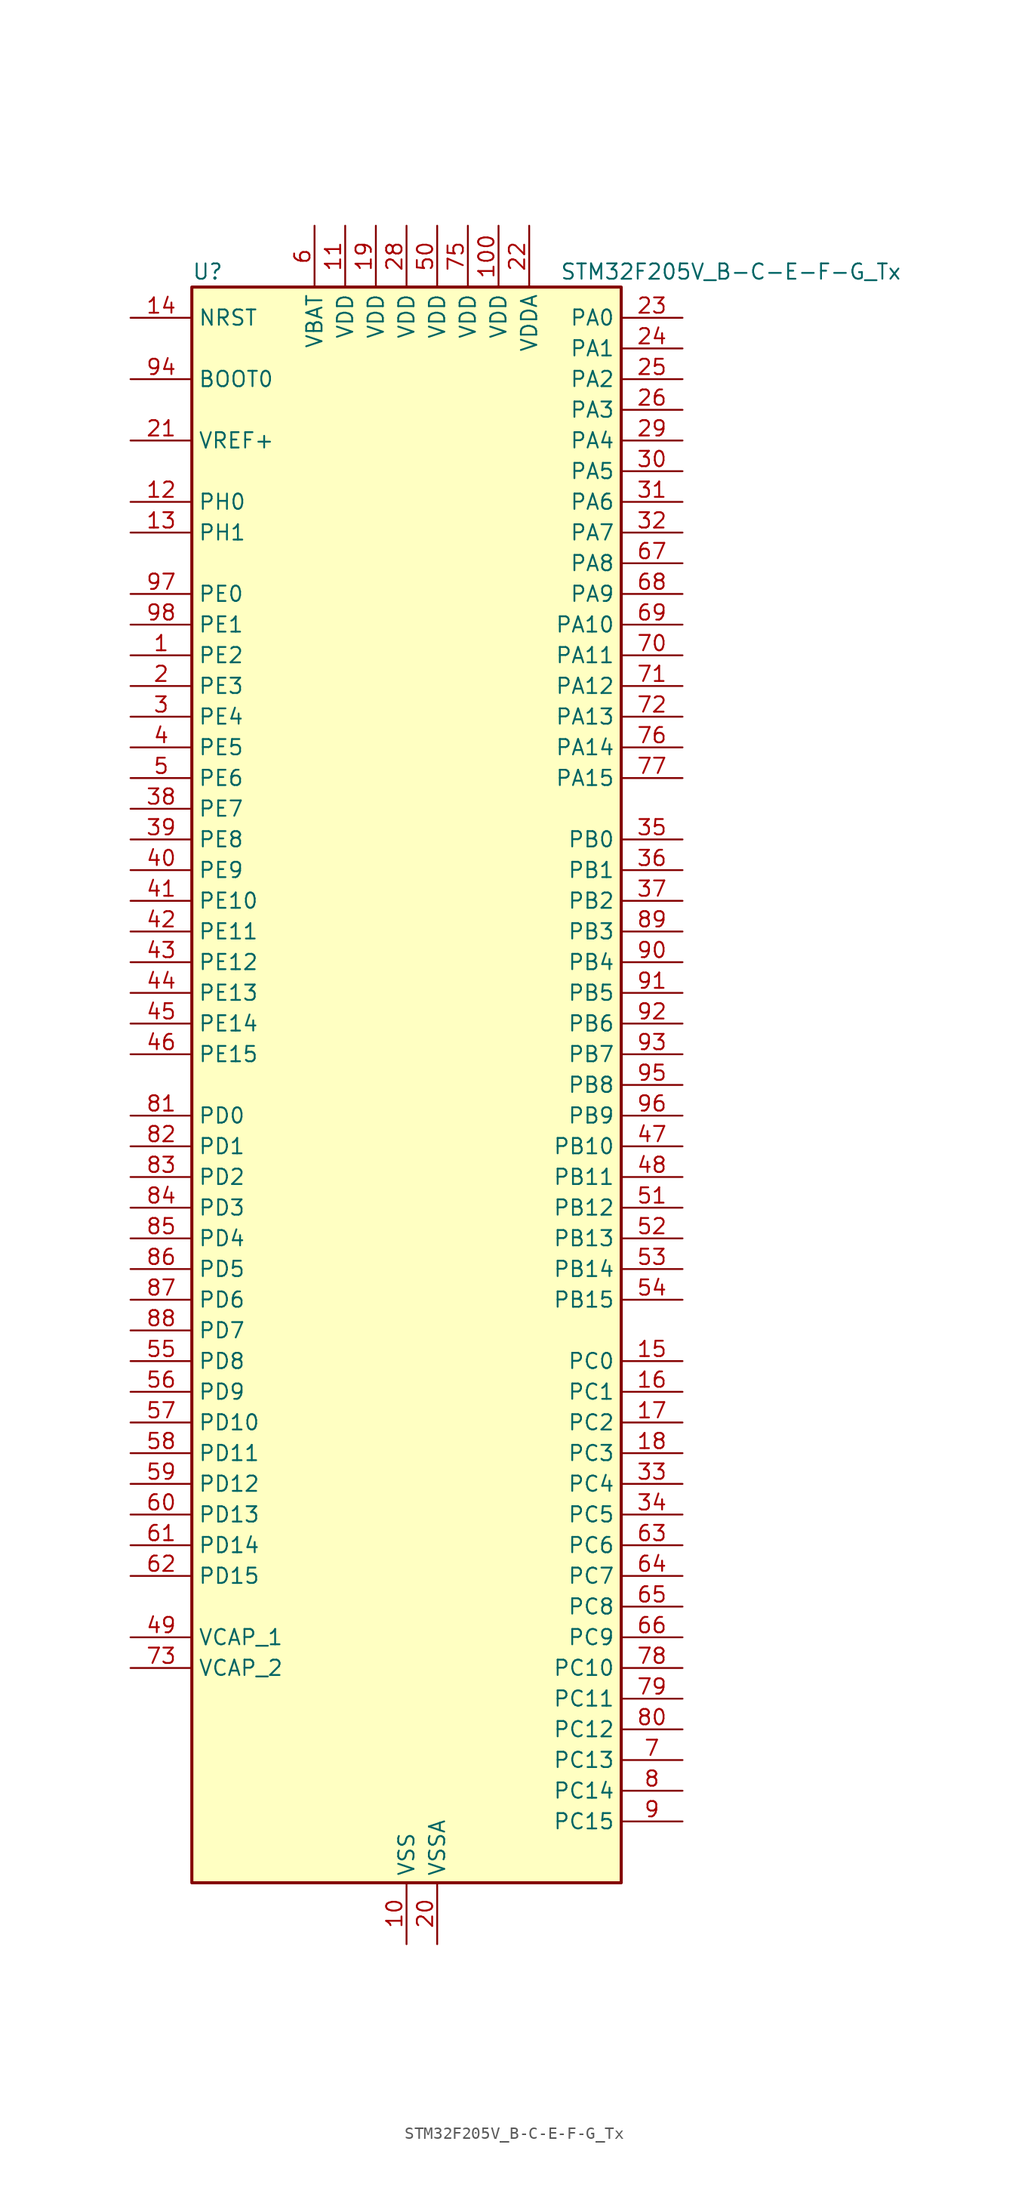
<source format=kicad_sym>
(kicad_symbol_lib
  (version 20231120)
  (generator "kicad_symbol_editor")
  (generator_version "8.0")
  (symbol "STM32F205V_B-C-E-F-G_Tx"
    (property "Reference" "U"
      (at -17.78 67.31 0)
      (effects (font (size 1.27 1.27)) (justify left)))
    (property "Value" "STM32F205V_B-C-E-F-G_Tx"
      (at 12.7 67.31 0)
      (effects (font (size 1.27 1.27)) (justify left)))
    (property "ki_locked" ""
      (at 0 0 0)
      (effects (font (size 1.27 1.27))))
    (symbol "STM32F205V_B-C-E-F-G_Tx_0_1"
      (rectangle (start -17.78 -66.04) (end 17.78 66.04) (stroke (width 0.254) (type default)) (fill (type background))))
    (symbol "STM32F205V_B-C-E-F-G_Tx_1_1"
      (pin bidirectional line (at -22.86 35.56 0) (length 5.08) (name "PE2" (effects (font (size 1.27 1.27)))) (number "1" (effects (font (size 1.27 1.27)))) (alternate "FSMC_A23" bidirectional line) (alternate "SYS_TRACECLK" bidirectional line))
      (pin power_in line (at 0 -71.12 90) (length 5.08) (name "VSS" (effects (font (size 1.27 1.27)))) (number "10" (effects (font (size 1.27 1.27)))))
      (pin power_in line (at 7.62 71.12 270) (length 5.08) (name "VDD" (effects (font (size 1.27 1.27)))) (number "100" (effects (font (size 1.27 1.27)))))
      (pin power_in line (at -5.08 71.12 270) (length 5.08) (name "VDD" (effects (font (size 1.27 1.27)))) (number "11" (effects (font (size 1.27 1.27)))))
      (pin bidirectional line (at -22.86 48.26 0) (length 5.08) (name "PH0" (effects (font (size 1.27 1.27)))) (number "12" (effects (font (size 1.27 1.27)))) (alternate "RCC_OSC_IN" bidirectional line))
      (pin bidirectional line (at -22.86 45.72 0) (length 5.08) (name "PH1" (effects (font (size 1.27 1.27)))) (number "13" (effects (font (size 1.27 1.27)))) (alternate "RCC_OSC_OUT" bidirectional line))
      (pin input line (at -22.86 63.5 0) (length 5.08) (name "NRST" (effects (font (size 1.27 1.27)))) (number "14" (effects (font (size 1.27 1.27)))))
      (pin bidirectional line (at 22.86 -22.86 180) (length 5.08) (name "PC0" (effects (font (size 1.27 1.27)))) (number "15" (effects (font (size 1.27 1.27)))) (alternate "ADC1_IN10" bidirectional line) (alternate "ADC2_IN10" bidirectional line) (alternate "ADC3_IN10" bidirectional line) (alternate "USB_OTG_HS_ULPI_STP" bidirectional line))
      (pin bidirectional line (at 22.86 -25.4 180) (length 5.08) (name "PC1" (effects (font (size 1.27 1.27)))) (number "16" (effects (font (size 1.27 1.27)))) (alternate "ADC1_IN11" bidirectional line) (alternate "ADC2_IN11" bidirectional line) (alternate "ADC3_IN11" bidirectional line))
      (pin bidirectional line (at 22.86 -27.94 180) (length 5.08) (name "PC2" (effects (font (size 1.27 1.27)))) (number "17" (effects (font (size 1.27 1.27)))) (alternate "ADC1_IN12" bidirectional line) (alternate "ADC2_IN12" bidirectional line) (alternate "ADC3_IN12" bidirectional line) (alternate "SPI2_MISO" bidirectional line) (alternate "USB_OTG_HS_ULPI_DIR" bidirectional line))
      (pin bidirectional line (at 22.86 -30.48 180) (length 5.08) (name "PC3" (effects (font (size 1.27 1.27)))) (number "18" (effects (font (size 1.27 1.27)))) (alternate "ADC1_IN13" bidirectional line) (alternate "ADC2_IN13" bidirectional line) (alternate "ADC3_IN13" bidirectional line) (alternate "I2S2_SD" bidirectional line) (alternate "SPI2_MOSI" bidirectional line) (alternate "USB_OTG_HS_ULPI_NXT" bidirectional line))
      (pin power_in line (at -2.54 71.12 270) (length 5.08) (name "VDD" (effects (font (size 1.27 1.27)))) (number "19" (effects (font (size 1.27 1.27)))))
      (pin bidirectional line (at -22.86 33.02 0) (length 5.08) (name "PE3" (effects (font (size 1.27 1.27)))) (number "2" (effects (font (size 1.27 1.27)))) (alternate "FSMC_A19" bidirectional line) (alternate "SYS_TRACED0" bidirectional line))
      (pin power_in line (at 2.54 -71.12 90) (length 5.08) (name "VSSA" (effects (font (size 1.27 1.27)))) (number "20" (effects (font (size 1.27 1.27)))))
      (pin input line (at -22.86 53.34 0) (length 5.08) (name "VREF+" (effects (font (size 1.27 1.27)))) (number "21" (effects (font (size 1.27 1.27)))))
      (pin power_in line (at 10.16 71.12 270) (length 5.08) (name "VDDA" (effects (font (size 1.27 1.27)))) (number "22" (effects (font (size 1.27 1.27)))))
      (pin bidirectional line (at 22.86 63.5 180) (length 5.08) (name "PA0" (effects (font (size 1.27 1.27)))) (number "23" (effects (font (size 1.27 1.27)))) (alternate "ADC1_IN0" bidirectional line) (alternate "ADC2_IN0" bidirectional line) (alternate "ADC3_IN0" bidirectional line) (alternate "SYS_WKUP" bidirectional line) (alternate "TIM2_CH1" bidirectional line) (alternate "TIM2_ETR" bidirectional line) (alternate "TIM5_CH1" bidirectional line) (alternate "TIM8_ETR" bidirectional line) (alternate "UART4_TX" bidirectional line) (alternate "USART2_CTS" bidirectional line))
      (pin bidirectional line (at 22.86 60.96 180) (length 5.08) (name "PA1" (effects (font (size 1.27 1.27)))) (number "24" (effects (font (size 1.27 1.27)))) (alternate "ADC1_IN1" bidirectional line) (alternate "ADC2_IN1" bidirectional line) (alternate "ADC3_IN1" bidirectional line) (alternate "TIM2_CH2" bidirectional line) (alternate "TIM5_CH2" bidirectional line) (alternate "UART4_RX" bidirectional line) (alternate "USART2_RTS" bidirectional line))
      (pin bidirectional line (at 22.86 58.42 180) (length 5.08) (name "PA2" (effects (font (size 1.27 1.27)))) (number "25" (effects (font (size 1.27 1.27)))) (alternate "ADC1_IN2" bidirectional line) (alternate "ADC2_IN2" bidirectional line) (alternate "ADC3_IN2" bidirectional line) (alternate "TIM2_CH3" bidirectional line) (alternate "TIM5_CH3" bidirectional line) (alternate "TIM9_CH1" bidirectional line) (alternate "USART2_TX" bidirectional line))
      (pin bidirectional line (at 22.86 55.88 180) (length 5.08) (name "PA3" (effects (font (size 1.27 1.27)))) (number "26" (effects (font (size 1.27 1.27)))) (alternate "ADC1_IN3" bidirectional line) (alternate "ADC2_IN3" bidirectional line) (alternate "ADC3_IN3" bidirectional line) (alternate "TIM2_CH4" bidirectional line) (alternate "TIM5_CH4" bidirectional line) (alternate "TIM9_CH2" bidirectional line) (alternate "USART2_RX" bidirectional line) (alternate "USB_OTG_HS_ULPI_D0" bidirectional line))
      (pin passive line (at 0 -71.12 90) (length 5.08) hide (name "VSS" (effects (font (size 1.27 1.27)))) (number "27" (effects (font (size 1.27 1.27)))))
      (pin power_in line (at 0 71.12 270) (length 5.08) (name "VDD" (effects (font (size 1.27 1.27)))) (number "28" (effects (font (size 1.27 1.27)))))
      (pin bidirectional line (at 22.86 53.34 180) (length 5.08) (name "PA4" (effects (font (size 1.27 1.27)))) (number "29" (effects (font (size 1.27 1.27)))) (alternate "ADC1_IN4" bidirectional line) (alternate "ADC2_IN4" bidirectional line) (alternate "DAC_OUT1" bidirectional line) (alternate "I2S3_WS" bidirectional line) (alternate "SPI1_NSS" bidirectional line) (alternate "SPI3_NSS" bidirectional line) (alternate "USART2_CK" bidirectional line) (alternate "USB_OTG_HS_SOF" bidirectional line))
      (pin bidirectional line (at -22.86 30.48 0) (length 5.08) (name "PE4" (effects (font (size 1.27 1.27)))) (number "3" (effects (font (size 1.27 1.27)))) (alternate "FSMC_A20" bidirectional line) (alternate "SYS_TRACED1" bidirectional line))
      (pin bidirectional line (at 22.86 50.8 180) (length 5.08) (name "PA5" (effects (font (size 1.27 1.27)))) (number "30" (effects (font (size 1.27 1.27)))) (alternate "ADC1_IN5" bidirectional line) (alternate "ADC2_IN5" bidirectional line) (alternate "DAC_OUT2" bidirectional line) (alternate "SPI1_SCK" bidirectional line) (alternate "TIM2_CH1" bidirectional line) (alternate "TIM2_ETR" bidirectional line) (alternate "TIM8_CH1N" bidirectional line) (alternate "USB_OTG_HS_ULPI_CK" bidirectional line))
      (pin bidirectional line (at 22.86 48.26 180) (length 5.08) (name "PA6" (effects (font (size 1.27 1.27)))) (number "31" (effects (font (size 1.27 1.27)))) (alternate "ADC1_IN6" bidirectional line) (alternate "ADC2_IN6" bidirectional line) (alternate "SPI1_MISO" bidirectional line) (alternate "TIM13_CH1" bidirectional line) (alternate "TIM1_BKIN" bidirectional line) (alternate "TIM3_CH1" bidirectional line) (alternate "TIM8_BKIN" bidirectional line))
      (pin bidirectional line (at 22.86 45.72 180) (length 5.08) (name "PA7" (effects (font (size 1.27 1.27)))) (number "32" (effects (font (size 1.27 1.27)))) (alternate "ADC1_IN7" bidirectional line) (alternate "ADC2_IN7" bidirectional line) (alternate "SPI1_MOSI" bidirectional line) (alternate "TIM14_CH1" bidirectional line) (alternate "TIM1_CH1N" bidirectional line) (alternate "TIM3_CH2" bidirectional line) (alternate "TIM8_CH1N" bidirectional line))
      (pin bidirectional line (at 22.86 -33.02 180) (length 5.08) (name "PC4" (effects (font (size 1.27 1.27)))) (number "33" (effects (font (size 1.27 1.27)))) (alternate "ADC1_IN14" bidirectional line) (alternate "ADC2_IN14" bidirectional line))
      (pin bidirectional line (at 22.86 -35.56 180) (length 5.08) (name "PC5" (effects (font (size 1.27 1.27)))) (number "34" (effects (font (size 1.27 1.27)))) (alternate "ADC1_IN15" bidirectional line) (alternate "ADC2_IN15" bidirectional line))
      (pin bidirectional line (at 22.86 20.32 180) (length 5.08) (name "PB0" (effects (font (size 1.27 1.27)))) (number "35" (effects (font (size 1.27 1.27)))) (alternate "ADC1_IN8" bidirectional line) (alternate "ADC2_IN8" bidirectional line) (alternate "TIM1_CH2N" bidirectional line) (alternate "TIM3_CH3" bidirectional line) (alternate "TIM8_CH2N" bidirectional line) (alternate "USB_OTG_HS_ULPI_D1" bidirectional line))
      (pin bidirectional line (at 22.86 17.78 180) (length 5.08) (name "PB1" (effects (font (size 1.27 1.27)))) (number "36" (effects (font (size 1.27 1.27)))) (alternate "ADC1_IN9" bidirectional line) (alternate "ADC2_IN9" bidirectional line) (alternate "TIM1_CH3N" bidirectional line) (alternate "TIM3_CH4" bidirectional line) (alternate "TIM8_CH3N" bidirectional line) (alternate "USB_OTG_HS_ULPI_D2" bidirectional line))
      (pin bidirectional line (at 22.86 15.24 180) (length 5.08) (name "PB2" (effects (font (size 1.27 1.27)))) (number "37" (effects (font (size 1.27 1.27)))))
      (pin bidirectional line (at -22.86 22.86 0) (length 5.08) (name "PE7" (effects (font (size 1.27 1.27)))) (number "38" (effects (font (size 1.27 1.27)))) (alternate "FSMC_D4" bidirectional line) (alternate "FSMC_DA4" bidirectional line) (alternate "TIM1_ETR" bidirectional line))
      (pin bidirectional line (at -22.86 20.32 0) (length 5.08) (name "PE8" (effects (font (size 1.27 1.27)))) (number "39" (effects (font (size 1.27 1.27)))) (alternate "FSMC_D5" bidirectional line) (alternate "FSMC_DA5" bidirectional line) (alternate "TIM1_CH1N" bidirectional line))
      (pin bidirectional line (at -22.86 27.94 0) (length 5.08) (name "PE5" (effects (font (size 1.27 1.27)))) (number "4" (effects (font (size 1.27 1.27)))) (alternate "FSMC_A21" bidirectional line) (alternate "SYS_TRACED2" bidirectional line) (alternate "TIM9_CH1" bidirectional line))
      (pin bidirectional line (at -22.86 17.78 0) (length 5.08) (name "PE9" (effects (font (size 1.27 1.27)))) (number "40" (effects (font (size 1.27 1.27)))) (alternate "DAC_EXTI9" bidirectional line) (alternate "FSMC_D6" bidirectional line) (alternate "FSMC_DA6" bidirectional line) (alternate "TIM1_CH1" bidirectional line))
      (pin bidirectional line (at -22.86 15.24 0) (length 5.08) (name "PE10" (effects (font (size 1.27 1.27)))) (number "41" (effects (font (size 1.27 1.27)))) (alternate "FSMC_D7" bidirectional line) (alternate "FSMC_DA7" bidirectional line) (alternate "TIM1_CH2N" bidirectional line))
      (pin bidirectional line (at -22.86 12.7 0) (length 5.08) (name "PE11" (effects (font (size 1.27 1.27)))) (number "42" (effects (font (size 1.27 1.27)))) (alternate "ADC1_EXTI11" bidirectional line) (alternate "ADC2_EXTI11" bidirectional line) (alternate "ADC3_EXTI11" bidirectional line) (alternate "FSMC_D8" bidirectional line) (alternate "FSMC_DA8" bidirectional line) (alternate "TIM1_CH2" bidirectional line))
      (pin bidirectional line (at -22.86 10.16 0) (length 5.08) (name "PE12" (effects (font (size 1.27 1.27)))) (number "43" (effects (font (size 1.27 1.27)))) (alternate "FSMC_D9" bidirectional line) (alternate "FSMC_DA9" bidirectional line) (alternate "TIM1_CH3N" bidirectional line))
      (pin bidirectional line (at -22.86 7.62 0) (length 5.08) (name "PE13" (effects (font (size 1.27 1.27)))) (number "44" (effects (font (size 1.27 1.27)))) (alternate "FSMC_D10" bidirectional line) (alternate "FSMC_DA10" bidirectional line) (alternate "TIM1_CH3" bidirectional line))
      (pin bidirectional line (at -22.86 5.08 0) (length 5.08) (name "PE14" (effects (font (size 1.27 1.27)))) (number "45" (effects (font (size 1.27 1.27)))) (alternate "FSMC_D11" bidirectional line) (alternate "FSMC_DA11" bidirectional line) (alternate "TIM1_CH4" bidirectional line))
      (pin bidirectional line (at -22.86 2.54 0) (length 5.08) (name "PE15" (effects (font (size 1.27 1.27)))) (number "46" (effects (font (size 1.27 1.27)))) (alternate "ADC1_EXTI15" bidirectional line) (alternate "ADC2_EXTI15" bidirectional line) (alternate "ADC3_EXTI15" bidirectional line) (alternate "FSMC_D12" bidirectional line) (alternate "FSMC_DA12" bidirectional line) (alternate "TIM1_BKIN" bidirectional line))
      (pin bidirectional line (at 22.86 -5.08 180) (length 5.08) (name "PB10" (effects (font (size 1.27 1.27)))) (number "47" (effects (font (size 1.27 1.27)))) (alternate "I2C2_SCL" bidirectional line) (alternate "I2S2_SCK" bidirectional line) (alternate "SPI2_SCK" bidirectional line) (alternate "TIM2_CH3" bidirectional line) (alternate "USART3_TX" bidirectional line) (alternate "USB_OTG_HS_ULPI_D3" bidirectional line))
      (pin bidirectional line (at 22.86 -7.62 180) (length 5.08) (name "PB11" (effects (font (size 1.27 1.27)))) (number "48" (effects (font (size 1.27 1.27)))) (alternate "ADC1_EXTI11" bidirectional line) (alternate "ADC2_EXTI11" bidirectional line) (alternate "ADC3_EXTI11" bidirectional line) (alternate "I2C2_SDA" bidirectional line) (alternate "TIM2_CH4" bidirectional line) (alternate "USART3_RX" bidirectional line) (alternate "USB_OTG_HS_ULPI_D4" bidirectional line))
      (pin power_out line (at -22.86 -45.72 0) (length 5.08) (name "VCAP_1" (effects (font (size 1.27 1.27)))) (number "49" (effects (font (size 1.27 1.27)))))
      (pin bidirectional line (at -22.86 25.4 0) (length 5.08) (name "PE6" (effects (font (size 1.27 1.27)))) (number "5" (effects (font (size 1.27 1.27)))) (alternate "FSMC_A22" bidirectional line) (alternate "SYS_TRACED3" bidirectional line) (alternate "TIM9_CH2" bidirectional line))
      (pin power_in line (at 2.54 71.12 270) (length 5.08) (name "VDD" (effects (font (size 1.27 1.27)))) (number "50" (effects (font (size 1.27 1.27)))))
      (pin bidirectional line (at 22.86 -10.16 180) (length 5.08) (name "PB12" (effects (font (size 1.27 1.27)))) (number "51" (effects (font (size 1.27 1.27)))) (alternate "CAN2_RX" bidirectional line) (alternate "I2C2_SMBA" bidirectional line) (alternate "I2S2_WS" bidirectional line) (alternate "SPI2_NSS" bidirectional line) (alternate "TIM1_BKIN" bidirectional line) (alternate "USART3_CK" bidirectional line) (alternate "USB_OTG_HS_ID" bidirectional line) (alternate "USB_OTG_HS_ULPI_D5" bidirectional line))
      (pin bidirectional line (at 22.86 -12.7 180) (length 5.08) (name "PB13" (effects (font (size 1.27 1.27)))) (number "52" (effects (font (size 1.27 1.27)))) (alternate "CAN2_TX" bidirectional line) (alternate "I2S2_SCK" bidirectional line) (alternate "SPI2_SCK" bidirectional line) (alternate "TIM1_CH1N" bidirectional line) (alternate "USART3_CTS" bidirectional line) (alternate "USB_OTG_HS_ULPI_D6" bidirectional line) (alternate "USB_OTG_HS_VBUS" bidirectional line))
      (pin bidirectional line (at 22.86 -15.24 180) (length 5.08) (name "PB14" (effects (font (size 1.27 1.27)))) (number "53" (effects (font (size 1.27 1.27)))) (alternate "SPI2_MISO" bidirectional line) (alternate "TIM12_CH1" bidirectional line) (alternate "TIM1_CH2N" bidirectional line) (alternate "TIM8_CH2N" bidirectional line) (alternate "USART3_RTS" bidirectional line) (alternate "USB_OTG_HS_DM" bidirectional line))
      (pin bidirectional line (at 22.86 -17.78 180) (length 5.08) (name "PB15" (effects (font (size 1.27 1.27)))) (number "54" (effects (font (size 1.27 1.27)))) (alternate "ADC1_EXTI15" bidirectional line) (alternate "ADC2_EXTI15" bidirectional line) (alternate "ADC3_EXTI15" bidirectional line) (alternate "I2S2_SD" bidirectional line) (alternate "RTC_REFIN" bidirectional line) (alternate "SPI2_MOSI" bidirectional line) (alternate "TIM12_CH2" bidirectional line) (alternate "TIM1_CH3N" bidirectional line) (alternate "TIM8_CH3N" bidirectional line) (alternate "USB_OTG_HS_DP" bidirectional line))
      (pin bidirectional line (at -22.86 -22.86 0) (length 5.08) (name "PD8" (effects (font (size 1.27 1.27)))) (number "55" (effects (font (size 1.27 1.27)))) (alternate "FSMC_D13" bidirectional line) (alternate "FSMC_DA13" bidirectional line) (alternate "USART3_TX" bidirectional line))
      (pin bidirectional line (at -22.86 -25.4 0) (length 5.08) (name "PD9" (effects (font (size 1.27 1.27)))) (number "56" (effects (font (size 1.27 1.27)))) (alternate "DAC_EXTI9" bidirectional line) (alternate "FSMC_D14" bidirectional line) (alternate "FSMC_DA14" bidirectional line) (alternate "USART3_RX" bidirectional line))
      (pin bidirectional line (at -22.86 -27.94 0) (length 5.08) (name "PD10" (effects (font (size 1.27 1.27)))) (number "57" (effects (font (size 1.27 1.27)))) (alternate "FSMC_D15" bidirectional line) (alternate "FSMC_DA15" bidirectional line) (alternate "USART3_CK" bidirectional line))
      (pin bidirectional line (at -22.86 -30.48 0) (length 5.08) (name "PD11" (effects (font (size 1.27 1.27)))) (number "58" (effects (font (size 1.27 1.27)))) (alternate "ADC1_EXTI11" bidirectional line) (alternate "ADC2_EXTI11" bidirectional line) (alternate "ADC3_EXTI11" bidirectional line) (alternate "FSMC_A16" bidirectional line) (alternate "FSMC_CLE" bidirectional line) (alternate "USART3_CTS" bidirectional line))
      (pin bidirectional line (at -22.86 -33.02 0) (length 5.08) (name "PD12" (effects (font (size 1.27 1.27)))) (number "59" (effects (font (size 1.27 1.27)))) (alternate "FSMC_A17" bidirectional line) (alternate "FSMC_ALE" bidirectional line) (alternate "TIM4_CH1" bidirectional line) (alternate "USART3_RTS" bidirectional line))
      (pin power_in line (at -7.62 71.12 270) (length 5.08) (name "VBAT" (effects (font (size 1.27 1.27)))) (number "6" (effects (font (size 1.27 1.27)))))
      (pin bidirectional line (at -22.86 -35.56 0) (length 5.08) (name "PD13" (effects (font (size 1.27 1.27)))) (number "60" (effects (font (size 1.27 1.27)))) (alternate "FSMC_A18" bidirectional line) (alternate "TIM4_CH2" bidirectional line))
      (pin bidirectional line (at -22.86 -38.1 0) (length 5.08) (name "PD14" (effects (font (size 1.27 1.27)))) (number "61" (effects (font (size 1.27 1.27)))) (alternate "FSMC_D0" bidirectional line) (alternate "FSMC_DA0" bidirectional line) (alternate "TIM4_CH3" bidirectional line))
      (pin bidirectional line (at -22.86 -40.64 0) (length 5.08) (name "PD15" (effects (font (size 1.27 1.27)))) (number "62" (effects (font (size 1.27 1.27)))) (alternate "ADC1_EXTI15" bidirectional line) (alternate "ADC2_EXTI15" bidirectional line) (alternate "ADC3_EXTI15" bidirectional line) (alternate "FSMC_D1" bidirectional line) (alternate "FSMC_DA1" bidirectional line) (alternate "TIM4_CH4" bidirectional line))
      (pin bidirectional line (at 22.86 -38.1 180) (length 5.08) (name "PC6" (effects (font (size 1.27 1.27)))) (number "63" (effects (font (size 1.27 1.27)))) (alternate "I2S2_MCK" bidirectional line) (alternate "SDIO_D6" bidirectional line) (alternate "TIM3_CH1" bidirectional line) (alternate "TIM8_CH1" bidirectional line) (alternate "USART6_TX" bidirectional line))
      (pin bidirectional line (at 22.86 -40.64 180) (length 5.08) (name "PC7" (effects (font (size 1.27 1.27)))) (number "64" (effects (font (size 1.27 1.27)))) (alternate "I2S3_MCK" bidirectional line) (alternate "SDIO_D7" bidirectional line) (alternate "TIM3_CH2" bidirectional line) (alternate "TIM8_CH2" bidirectional line) (alternate "USART6_RX" bidirectional line))
      (pin bidirectional line (at 22.86 -43.18 180) (length 5.08) (name "PC8" (effects (font (size 1.27 1.27)))) (number "65" (effects (font (size 1.27 1.27)))) (alternate "SDIO_D0" bidirectional line) (alternate "TIM3_CH3" bidirectional line) (alternate "TIM8_CH3" bidirectional line) (alternate "USART6_CK" bidirectional line))
      (pin bidirectional line (at 22.86 -45.72 180) (length 5.08) (name "PC9" (effects (font (size 1.27 1.27)))) (number "66" (effects (font (size 1.27 1.27)))) (alternate "DAC_EXTI9" bidirectional line) (alternate "I2C3_SDA" bidirectional line) (alternate "I2S_CKIN" bidirectional line) (alternate "RCC_MCO_2" bidirectional line) (alternate "SDIO_D1" bidirectional line) (alternate "TIM3_CH4" bidirectional line) (alternate "TIM8_CH4" bidirectional line))
      (pin bidirectional line (at 22.86 43.18 180) (length 5.08) (name "PA8" (effects (font (size 1.27 1.27)))) (number "67" (effects (font (size 1.27 1.27)))) (alternate "I2C3_SCL" bidirectional line) (alternate "RCC_MCO_1" bidirectional line) (alternate "TIM1_CH1" bidirectional line) (alternate "USART1_CK" bidirectional line) (alternate "USB_OTG_FS_SOF" bidirectional line))
      (pin bidirectional line (at 22.86 40.64 180) (length 5.08) (name "PA9" (effects (font (size 1.27 1.27)))) (number "68" (effects (font (size 1.27 1.27)))) (alternate "DAC_EXTI9" bidirectional line) (alternate "I2C3_SMBA" bidirectional line) (alternate "TIM1_CH2" bidirectional line) (alternate "USART1_TX" bidirectional line) (alternate "USB_OTG_FS_VBUS" bidirectional line))
      (pin bidirectional line (at 22.86 38.1 180) (length 5.08) (name "PA10" (effects (font (size 1.27 1.27)))) (number "69" (effects (font (size 1.27 1.27)))) (alternate "TIM1_CH3" bidirectional line) (alternate "USART1_RX" bidirectional line) (alternate "USB_OTG_FS_ID" bidirectional line))
      (pin bidirectional line (at 22.86 -55.88 180) (length 5.08) (name "PC13" (effects (font (size 1.27 1.27)))) (number "7" (effects (font (size 1.27 1.27)))) (alternate "RTC_AF1" bidirectional line))
      (pin bidirectional line (at 22.86 35.56 180) (length 5.08) (name "PA11" (effects (font (size 1.27 1.27)))) (number "70" (effects (font (size 1.27 1.27)))) (alternate "ADC1_EXTI11" bidirectional line) (alternate "ADC2_EXTI11" bidirectional line) (alternate "ADC3_EXTI11" bidirectional line) (alternate "CAN1_RX" bidirectional line) (alternate "TIM1_CH4" bidirectional line) (alternate "USART1_CTS" bidirectional line) (alternate "USB_OTG_FS_DM" bidirectional line))
      (pin bidirectional line (at 22.86 33.02 180) (length 5.08) (name "PA12" (effects (font (size 1.27 1.27)))) (number "71" (effects (font (size 1.27 1.27)))) (alternate "CAN1_TX" bidirectional line) (alternate "TIM1_ETR" bidirectional line) (alternate "USART1_RTS" bidirectional line) (alternate "USB_OTG_FS_DP" bidirectional line))
      (pin bidirectional line (at 22.86 30.48 180) (length 5.08) (name "PA13" (effects (font (size 1.27 1.27)))) (number "72" (effects (font (size 1.27 1.27)))) (alternate "SYS_JTMS-SWDIO" bidirectional line))
      (pin power_out line (at -22.86 -48.26 0) (length 5.08) (name "VCAP_2" (effects (font (size 1.27 1.27)))) (number "73" (effects (font (size 1.27 1.27)))))
      (pin passive line (at 0 -71.12 90) (length 5.08) hide (name "VSS" (effects (font (size 1.27 1.27)))) (number "74" (effects (font (size 1.27 1.27)))))
      (pin power_in line (at 5.08 71.12 270) (length 5.08) (name "VDD" (effects (font (size 1.27 1.27)))) (number "75" (effects (font (size 1.27 1.27)))))
      (pin bidirectional line (at 22.86 27.94 180) (length 5.08) (name "PA14" (effects (font (size 1.27 1.27)))) (number "76" (effects (font (size 1.27 1.27)))) (alternate "SYS_JTCK-SWCLK" bidirectional line))
      (pin bidirectional line (at 22.86 25.4 180) (length 5.08) (name "PA15" (effects (font (size 1.27 1.27)))) (number "77" (effects (font (size 1.27 1.27)))) (alternate "ADC1_EXTI15" bidirectional line) (alternate "ADC2_EXTI15" bidirectional line) (alternate "ADC3_EXTI15" bidirectional line) (alternate "I2S3_WS" bidirectional line) (alternate "SPI1_NSS" bidirectional line) (alternate "SPI3_NSS" bidirectional line) (alternate "SYS_JTDI" bidirectional line) (alternate "TIM2_CH1" bidirectional line) (alternate "TIM2_ETR" bidirectional line))
      (pin bidirectional line (at 22.86 -48.26 180) (length 5.08) (name "PC10" (effects (font (size 1.27 1.27)))) (number "78" (effects (font (size 1.27 1.27)))) (alternate "I2S3_SCK" bidirectional line) (alternate "SDIO_D2" bidirectional line) (alternate "SPI3_SCK" bidirectional line) (alternate "UART4_TX" bidirectional line) (alternate "USART3_TX" bidirectional line))
      (pin bidirectional line (at 22.86 -50.8 180) (length 5.08) (name "PC11" (effects (font (size 1.27 1.27)))) (number "79" (effects (font (size 1.27 1.27)))) (alternate "ADC1_EXTI11" bidirectional line) (alternate "ADC2_EXTI11" bidirectional line) (alternate "ADC3_EXTI11" bidirectional line) (alternate "SDIO_D3" bidirectional line) (alternate "SPI3_MISO" bidirectional line) (alternate "UART4_RX" bidirectional line) (alternate "USART3_RX" bidirectional line))
      (pin bidirectional line (at 22.86 -58.42 180) (length 5.08) (name "PC14" (effects (font (size 1.27 1.27)))) (number "8" (effects (font (size 1.27 1.27)))) (alternate "RCC_OSC32_IN" bidirectional line))
      (pin bidirectional line (at 22.86 -53.34 180) (length 5.08) (name "PC12" (effects (font (size 1.27 1.27)))) (number "80" (effects (font (size 1.27 1.27)))) (alternate "I2S3_SD" bidirectional line) (alternate "SDIO_CK" bidirectional line) (alternate "SPI3_MOSI" bidirectional line) (alternate "UART5_TX" bidirectional line) (alternate "USART3_CK" bidirectional line))
      (pin bidirectional line (at -22.86 -2.54 0) (length 5.08) (name "PD0" (effects (font (size 1.27 1.27)))) (number "81" (effects (font (size 1.27 1.27)))) (alternate "CAN1_RX" bidirectional line) (alternate "FSMC_D2" bidirectional line) (alternate "FSMC_DA2" bidirectional line))
      (pin bidirectional line (at -22.86 -5.08 0) (length 5.08) (name "PD1" (effects (font (size 1.27 1.27)))) (number "82" (effects (font (size 1.27 1.27)))) (alternate "CAN1_TX" bidirectional line) (alternate "FSMC_D3" bidirectional line) (alternate "FSMC_DA3" bidirectional line))
      (pin bidirectional line (at -22.86 -7.62 0) (length 5.08) (name "PD2" (effects (font (size 1.27 1.27)))) (number "83" (effects (font (size 1.27 1.27)))) (alternate "SDIO_CMD" bidirectional line) (alternate "TIM3_ETR" bidirectional line) (alternate "UART5_RX" bidirectional line))
      (pin bidirectional line (at -22.86 -10.16 0) (length 5.08) (name "PD3" (effects (font (size 1.27 1.27)))) (number "84" (effects (font (size 1.27 1.27)))) (alternate "FSMC_CLK" bidirectional line) (alternate "USART2_CTS" bidirectional line))
      (pin bidirectional line (at -22.86 -12.7 0) (length 5.08) (name "PD4" (effects (font (size 1.27 1.27)))) (number "85" (effects (font (size 1.27 1.27)))) (alternate "FSMC_NOE" bidirectional line) (alternate "USART2_RTS" bidirectional line))
      (pin bidirectional line (at -22.86 -15.24 0) (length 5.08) (name "PD5" (effects (font (size 1.27 1.27)))) (number "86" (effects (font (size 1.27 1.27)))) (alternate "FSMC_NWE" bidirectional line) (alternate "USART2_TX" bidirectional line))
      (pin bidirectional line (at -22.86 -17.78 0) (length 5.08) (name "PD6" (effects (font (size 1.27 1.27)))) (number "87" (effects (font (size 1.27 1.27)))) (alternate "FSMC_NWAIT" bidirectional line) (alternate "USART2_RX" bidirectional line))
      (pin bidirectional line (at -22.86 -20.32 0) (length 5.08) (name "PD7" (effects (font (size 1.27 1.27)))) (number "88" (effects (font (size 1.27 1.27)))) (alternate "FSMC_NCE2" bidirectional line) (alternate "FSMC_NE1" bidirectional line) (alternate "USART2_CK" bidirectional line))
      (pin bidirectional line (at 22.86 12.7 180) (length 5.08) (name "PB3" (effects (font (size 1.27 1.27)))) (number "89" (effects (font (size 1.27 1.27)))) (alternate "I2S3_SCK" bidirectional line) (alternate "SPI1_SCK" bidirectional line) (alternate "SPI3_SCK" bidirectional line) (alternate "SYS_JTDO-SWO" bidirectional line) (alternate "TIM2_CH2" bidirectional line))
      (pin bidirectional line (at 22.86 -60.96 180) (length 5.08) (name "PC15" (effects (font (size 1.27 1.27)))) (number "9" (effects (font (size 1.27 1.27)))) (alternate "ADC1_EXTI15" bidirectional line) (alternate "ADC2_EXTI15" bidirectional line) (alternate "ADC3_EXTI15" bidirectional line) (alternate "RCC_OSC32_OUT" bidirectional line))
      (pin bidirectional line (at 22.86 10.16 180) (length 5.08) (name "PB4" (effects (font (size 1.27 1.27)))) (number "90" (effects (font (size 1.27 1.27)))) (alternate "SPI1_MISO" bidirectional line) (alternate "SPI3_MISO" bidirectional line) (alternate "SYS_JTRST" bidirectional line) (alternate "TIM3_CH1" bidirectional line))
      (pin bidirectional line (at 22.86 7.62 180) (length 5.08) (name "PB5" (effects (font (size 1.27 1.27)))) (number "91" (effects (font (size 1.27 1.27)))) (alternate "CAN2_RX" bidirectional line) (alternate "I2C1_SMBA" bidirectional line) (alternate "I2S3_SD" bidirectional line) (alternate "SPI1_MOSI" bidirectional line) (alternate "SPI3_MOSI" bidirectional line) (alternate "TIM3_CH2" bidirectional line) (alternate "USB_OTG_HS_ULPI_D7" bidirectional line))
      (pin bidirectional line (at 22.86 5.08 180) (length 5.08) (name "PB6" (effects (font (size 1.27 1.27)))) (number "92" (effects (font (size 1.27 1.27)))) (alternate "CAN2_TX" bidirectional line) (alternate "I2C1_SCL" bidirectional line) (alternate "TIM4_CH1" bidirectional line) (alternate "USART1_TX" bidirectional line))
      (pin bidirectional line (at 22.86 2.54 180) (length 5.08) (name "PB7" (effects (font (size 1.27 1.27)))) (number "93" (effects (font (size 1.27 1.27)))) (alternate "FSMC_NL" bidirectional line) (alternate "I2C1_SDA" bidirectional line) (alternate "TIM4_CH2" bidirectional line) (alternate "USART1_RX" bidirectional line))
      (pin input line (at -22.86 58.42 0) (length 5.08) (name "BOOT0" (effects (font (size 1.27 1.27)))) (number "94" (effects (font (size 1.27 1.27)))))
      (pin bidirectional line (at 22.86 0 180) (length 5.08) (name "PB8" (effects (font (size 1.27 1.27)))) (number "95" (effects (font (size 1.27 1.27)))) (alternate "CAN1_RX" bidirectional line) (alternate "I2C1_SCL" bidirectional line) (alternate "SDIO_D4" bidirectional line) (alternate "TIM10_CH1" bidirectional line) (alternate "TIM4_CH3" bidirectional line))
      (pin bidirectional line (at 22.86 -2.54 180) (length 5.08) (name "PB9" (effects (font (size 1.27 1.27)))) (number "96" (effects (font (size 1.27 1.27)))) (alternate "CAN1_TX" bidirectional line) (alternate "DAC_EXTI9" bidirectional line) (alternate "I2C1_SDA" bidirectional line) (alternate "I2S2_WS" bidirectional line) (alternate "SDIO_D5" bidirectional line) (alternate "SPI2_NSS" bidirectional line) (alternate "TIM11_CH1" bidirectional line) (alternate "TIM4_CH4" bidirectional line))
      (pin bidirectional line (at -22.86 40.64 0) (length 5.08) (name "PE0" (effects (font (size 1.27 1.27)))) (number "97" (effects (font (size 1.27 1.27)))) (alternate "FSMC_NBL0" bidirectional line) (alternate "TIM4_ETR" bidirectional line))
      (pin bidirectional line (at -22.86 38.1 0) (length 5.08) (name "PE1" (effects (font (size 1.27 1.27)))) (number "98" (effects (font (size 1.27 1.27)))) (alternate "FSMC_NBL1" bidirectional line))
      (pin no_connect line (at -17.78 -66.04 0) (length 5.08) hide (name "RFU" (effects (font (size 1.27 1.27)))) (number "99" (effects (font (size 1.27 1.27))))))))
</source>
